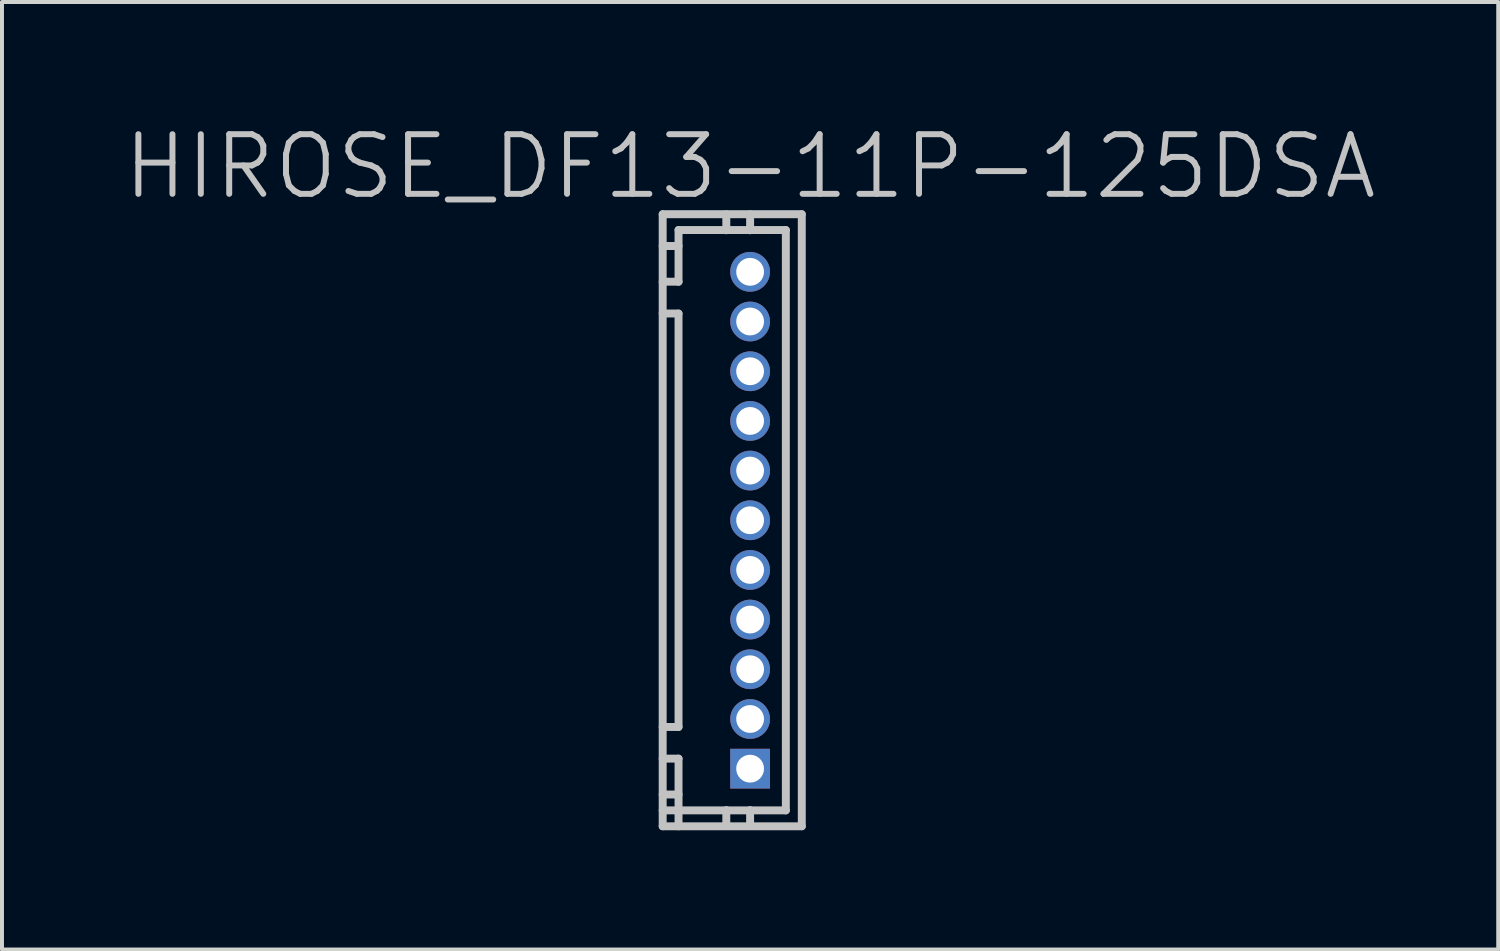
<source format=kicad_pcb>
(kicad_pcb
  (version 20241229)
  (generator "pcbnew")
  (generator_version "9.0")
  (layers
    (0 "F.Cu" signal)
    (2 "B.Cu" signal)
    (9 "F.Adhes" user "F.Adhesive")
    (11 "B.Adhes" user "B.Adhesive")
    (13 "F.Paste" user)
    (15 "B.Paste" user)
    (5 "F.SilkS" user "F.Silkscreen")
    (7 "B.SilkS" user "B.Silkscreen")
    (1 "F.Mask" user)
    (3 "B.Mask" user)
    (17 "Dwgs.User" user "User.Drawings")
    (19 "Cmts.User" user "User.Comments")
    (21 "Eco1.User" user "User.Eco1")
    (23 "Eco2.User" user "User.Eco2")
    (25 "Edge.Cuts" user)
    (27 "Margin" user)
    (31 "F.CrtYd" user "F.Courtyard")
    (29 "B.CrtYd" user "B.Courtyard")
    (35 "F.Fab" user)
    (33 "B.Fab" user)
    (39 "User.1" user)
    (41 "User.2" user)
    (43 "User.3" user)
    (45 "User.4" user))
  (footprint "HIROSE_DF13-11P-125DSA"
    (layer "F.Cu")
    (at 15.825 10.041)
    (property "Reference" "HIROSE_DF13-11P-125DSA" (at 0 -8.9 180) (layer "Dwgs.User") (effects (font (size 1.5 1.5) (thickness 0.15))))
    (attr through_hole)
    (fp_line (start -2.2 -7.701) (end 1.3 -7.701) (stroke (width 0.2) (type solid)) (layer "Dwgs.User"))
    (fp_line (start -2.2 -5.202) (end -1.801 -5.202) (stroke (width 0.2) (type solid)) (layer "Dwgs.User"))
    (fp_line (start -2.2 5.202) (end -1.801 5.202) (stroke (width 0.2) (type solid)) (layer "Dwgs.User"))
    (fp_line (start -2.2 7.699) (end -2.2 -7.699) (stroke (width 0.2) (type solid)) (layer "Dwgs.User"))
    (fp_line (start -1.801 -6.901) (end -2.2 -6.901) (stroke (width 0.2) (type solid)) (layer "Dwgs.User"))
    (fp_line (start -1.801 -6.002) (end -2.2 -6.002) (stroke (width 0.2) (type solid)) (layer "Dwgs.User"))
    (fp_line (start -1.801 -6.002) (end -1.801 -7.303) (stroke (width 0.2) (type solid)) (layer "Dwgs.User"))
    (fp_line (start -1.801 -5.199) (end -1.801 5.199) (stroke (width 0.2) (type solid)) (layer "Dwgs.User"))
    (fp_line (start -1.801 5.999) (end -2.2 5.999) (stroke (width 0.2) (type solid)) (layer "Dwgs.User"))
    (fp_line (start -1.801 5.999) (end -1.801 7.701) (stroke (width 0.2) (type solid)) (layer "Dwgs.User"))
    (fp_line (start -1.801 6.901) (end -2.2 6.901) (stroke (width 0.2) (type solid)) (layer "Dwgs.User"))
    (fp_line (start -0.599 -7.297) (end -0.599 -7.699) (stroke (width 0.2) (type solid)) (layer "Dwgs.User"))
    (fp_line (start -0.599 7.694) (end -0.599 7.292) (stroke (width 0.2) (type solid)) (layer "Dwgs.User"))
    (fp_line (start -0.099 -6.299) (end -0.099 -6.101) (stroke (width 0.2) (type solid)) (layer "Dwgs.User"))
    (fp_line (start -0.099 -6.101) (end 0.099 -6.101) (stroke (width 0.2) (type solid)) (layer "Dwgs.User"))
    (fp_line (start -0.099 -5.1) (end -0.099 -4.9) (stroke (width 0.2) (type solid)) (layer "Dwgs.User"))
    (fp_line (start -0.099 -4.9) (end 0.099 -4.9) (stroke (width 0.2) (type solid)) (layer "Dwgs.User"))
    (fp_line (start -0.099 -3.8) (end -0.099 -3.599) (stroke (width 0.2) (type solid)) (layer "Dwgs.User"))
    (fp_line (start -0.099 -3.599) (end 0.099 -3.599) (stroke (width 0.2) (type solid)) (layer "Dwgs.User"))
    (fp_line (start -0.099 -2.601) (end -0.099 -2.4) (stroke (width 0.2) (type solid)) (layer "Dwgs.User"))
    (fp_line (start -0.099 -2.4) (end 0.099 -2.4) (stroke (width 0.2) (type solid)) (layer "Dwgs.User"))
    (fp_line (start -0.099 -1.3) (end -0.099 -1.1) (stroke (width 0.2) (type solid)) (layer "Dwgs.User"))
    (fp_line (start -0.099 -1.1) (end 0.099 -1.1) (stroke (width 0.2) (type solid)) (layer "Dwgs.User"))
    (fp_line (start -0.099 -0.099) (end 0.099 -0.099) (stroke (width 0.2) (type solid)) (layer "Dwgs.User"))
    (fp_line (start -0.099 0.099) (end -0.099 -0.099) (stroke (width 0.2) (type solid)) (layer "Dwgs.User"))
    (fp_line (start -0.099 1.1) (end 0.099 1.1) (stroke (width 0.2) (type solid)) (layer "Dwgs.User"))
    (fp_line (start -0.099 1.3) (end -0.099 1.1) (stroke (width 0.2) (type solid)) (layer "Dwgs.User"))
    (fp_line (start -0.099 2.4) (end 0.099 2.4) (stroke (width 0.2) (type solid)) (layer "Dwgs.User"))
    (fp_line (start -0.099 2.601) (end -0.099 2.4) (stroke (width 0.2) (type solid)) (layer "Dwgs.User"))
    (fp_line (start -0.099 3.599) (end 0.099 3.599) (stroke (width 0.2) (type solid)) (layer "Dwgs.User"))
    (fp_line (start -0.099 3.8) (end -0.099 3.599) (stroke (width 0.2) (type solid)) (layer "Dwgs.User"))
    (fp_line (start -0.099 4.9) (end 0.099 4.9) (stroke (width 0.2) (type solid)) (layer "Dwgs.User"))
    (fp_line (start -0.099 5.1) (end -0.099 4.9) (stroke (width 0.2) (type solid)) (layer "Dwgs.User"))
    (fp_line (start -0.099 6.101) (end 0.099 6.101) (stroke (width 0.2) (type solid)) (layer "Dwgs.User"))
    (fp_line (start -0.099 6.299) (end -0.099 6.101) (stroke (width 0.2) (type solid)) (layer "Dwgs.User"))
    (fp_line (start 0 -7.297) (end 0 -7.699) (stroke (width 0.2) (type solid)) (layer "Dwgs.User"))
    (fp_line (start 0 7.292) (end 0 7.694) (stroke (width 0.2) (type solid)) (layer "Dwgs.User"))
    (fp_line (start 0.099 -6.299) (end -0.099 -6.299) (stroke (width 0.2) (type solid)) (layer "Dwgs.User"))
    (fp_line (start 0.099 -6.101) (end 0.099 -6.299) (stroke (width 0.2) (type solid)) (layer "Dwgs.User"))
    (fp_line (start 0.099 -5.1) (end -0.099 -5.1) (stroke (width 0.2) (type solid)) (layer "Dwgs.User"))
    (fp_line (start 0.099 -4.9) (end 0.099 -5.1) (stroke (width 0.2) (type solid)) (layer "Dwgs.User"))
    (fp_line (start 0.099 -3.8) (end -0.099 -3.8) (stroke (width 0.2) (type solid)) (layer "Dwgs.User"))
    (fp_line (start 0.099 -3.599) (end 0.099 -3.8) (stroke (width 0.2) (type solid)) (layer "Dwgs.User"))
    (fp_line (start 0.099 -2.601) (end -0.099 -2.601) (stroke (width 0.2) (type solid)) (layer "Dwgs.User"))
    (fp_line (start 0.099 -2.4) (end 0.099 -2.601) (stroke (width 0.2) (type solid)) (layer "Dwgs.User"))
    (fp_line (start 0.099 -1.3) (end -0.099 -1.3) (stroke (width 0.2) (type solid)) (layer "Dwgs.User"))
    (fp_line (start 0.099 -1.1) (end 0.099 -1.3) (stroke (width 0.2) (type solid)) (layer "Dwgs.User"))
    (fp_line (start 0.099 -0.099) (end 0.099 0.099) (stroke (width 0.2) (type solid)) (layer "Dwgs.User"))
    (fp_line (start 0.099 0.099) (end -0.099 0.099) (stroke (width 0.2) (type solid)) (layer "Dwgs.User"))
    (fp_line (start 0.099 1.1) (end 0.099 1.3) (stroke (width 0.2) (type solid)) (layer "Dwgs.User"))
    (fp_line (start 0.099 1.3) (end -0.099 1.3) (stroke (width 0.2) (type solid)) (layer "Dwgs.User"))
    (fp_line (start 0.099 2.4) (end 0.099 2.601) (stroke (width 0.2) (type solid)) (layer "Dwgs.User"))
    (fp_line (start 0.099 2.601) (end -0.099 2.601) (stroke (width 0.2) (type solid)) (layer "Dwgs.User"))
    (fp_line (start 0.099 3.599) (end 0.099 3.8) (stroke (width 0.2) (type solid)) (layer "Dwgs.User"))
    (fp_line (start 0.099 3.8) (end -0.099 3.8) (stroke (width 0.2) (type solid)) (layer "Dwgs.User"))
    (fp_line (start 0.099 4.9) (end 0.099 5.1) (stroke (width 0.2) (type solid)) (layer "Dwgs.User"))
    (fp_line (start 0.099 5.1) (end -0.099 5.1) (stroke (width 0.2) (type solid)) (layer "Dwgs.User"))
    (fp_line (start 0.099 6.101) (end 0.099 6.299) (stroke (width 0.2) (type solid)) (layer "Dwgs.User"))
    (fp_line (start 0.099 6.299) (end -0.099 6.299) (stroke (width 0.2) (type solid)) (layer "Dwgs.User"))
    (fp_line (start 0.899 -7.303) (end -1.801 -7.303) (stroke (width 0.2) (type solid)) (layer "Dwgs.User"))
    (fp_line (start 0.899 7.3) (end -2.2 7.3) (stroke (width 0.2) (type solid)) (layer "Dwgs.User"))
    (fp_line (start 0.899 7.3) (end 0.899 -7.3) (stroke (width 0.2) (type solid)) (layer "Dwgs.User"))
    (fp_line (start 1.3 -7.699) (end 1.3 7.699) (stroke (width 0.2) (type solid)) (layer "Dwgs.User"))
    (fp_line (start 1.3 7.701) (end -2.2 7.701) (stroke (width 0.2) (type solid)) (layer "Dwgs.User"))
    (pad "1" thru_hole rect (at 0 6.251 270) (size 1 1) (drill 0.7) (layers "*.Cu" "*.Mask"))
    (pad "2" thru_hole circle (at 0 5.001 270) (size 1 1) (drill 0.7) (layers "*.Cu" "*.Mask"))
    (pad "3" thru_hole circle (at 0 3.749 270) (size 1 1) (drill 0.7) (layers "*.Cu" "*.Mask"))
    (pad "4" thru_hole circle (at 0 2.499 270) (size 1 1) (drill 0.7) (layers "*.Cu" "*.Mask"))
    (pad "5" thru_hole circle (at 0 1.25 270) (size 1 1) (drill 0.7) (layers "*.Cu" "*.Mask"))
    (pad "6" thru_hole circle (at 0 0 270) (size 1 1) (drill 0.7) (layers "*.Cu" "*.Mask"))
    (pad "7" thru_hole circle (at 0 -1.25 270) (size 1 1) (drill 0.7) (layers "*.Cu" "*.Mask"))
    (pad "8" thru_hole circle (at 0 -2.499 270) (size 1 1) (drill 0.7) (layers "*.Cu" "*.Mask"))
    (pad "9" thru_hole circle (at 0 -3.749 270) (size 1 1) (drill 0.7) (layers "*.Cu" "*.Mask"))
    (pad "10" thru_hole circle (at 0 -5.001 270) (size 1 1) (drill 0.7) (layers "*.Cu" "*.Mask"))
    (pad "11" thru_hole circle (at 0 -6.251 270) (size 1 1) (drill 0.7) (layers "*.Cu" "*.Mask")))
  (gr_rect
    (start -3 -3)
    (end 34.65 20.842)
    (stroke (width 0.1) (type default))
    (fill no)
    (layer "Edge.Cuts")))
</source>
